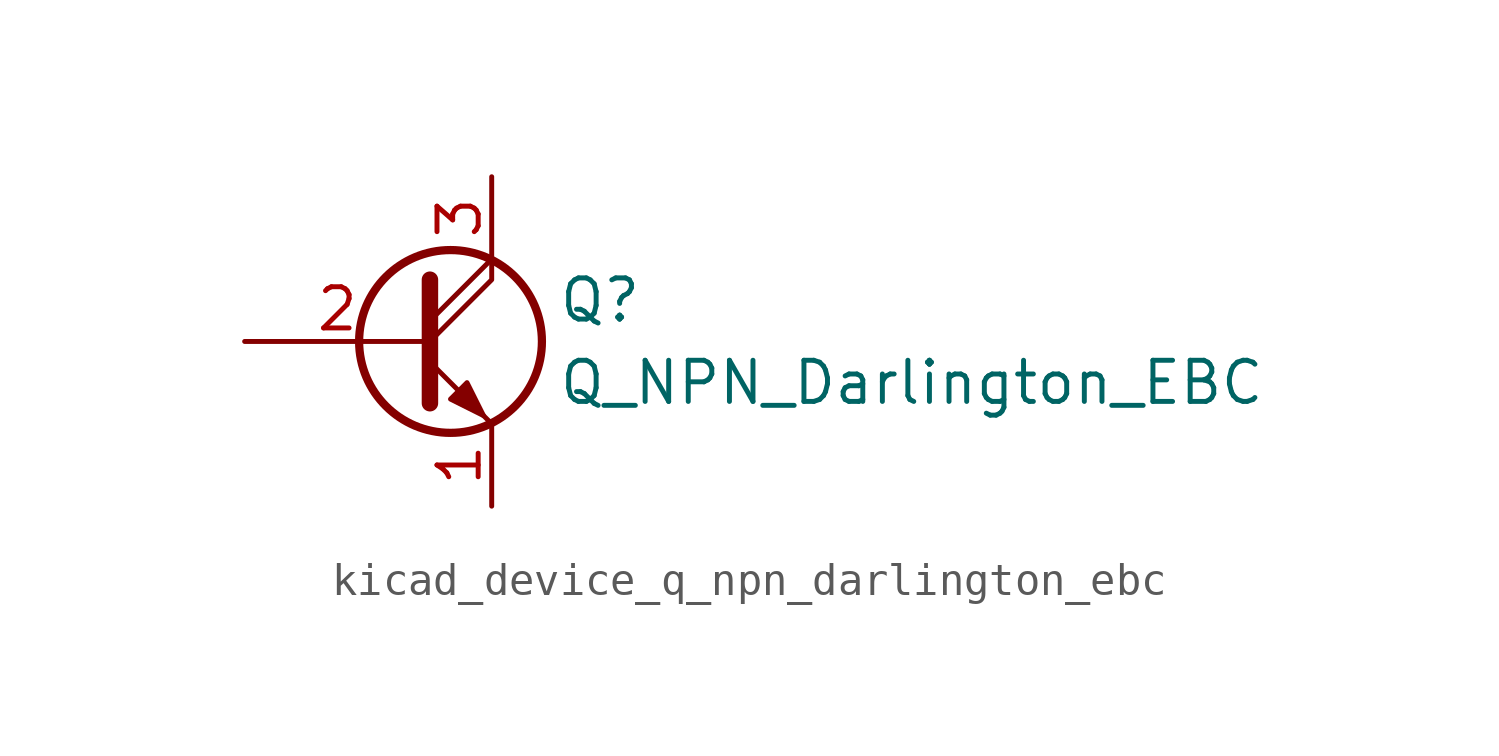
<source format=kicad_sym>
(kicad_symbol_lib
  (version 20220914)
  (generator kicad_symbol_editor)
  (symbol "kicad_device_q_npn_darlington_ebc"
    (pin_names
      (offset 0) hide)
    (property "Reference" "Q"
      (at 4.572 1.27 0)
      (effects (font (size 1.27 1.27)) (justify left)))
    (property "Value" "Q_NPN_Darlington_EBC"
      (at 4.572 -1.27 0)
      (effects (font (size 1.27 1.27)) (justify left)))
    (symbol "kicad_device_q_npn_darlington_ebc_0_1"
      (polyline (pts (xy 0.635 0.635) (xy 2.54 2.54)) (stroke (width 0) (type default)) (fill (type none)))
      (polyline (pts (xy 0.635 -0.635) (xy 2.54 -2.54) (xy 2.54 -2.54)) (stroke (width 0) (type default)) (fill (type none)))
      (polyline (pts (xy 0.635 0) (xy 2.54 1.905) (xy 2.54 2.54)) (stroke (width 0) (type default)) (fill (type none)))
      (polyline (pts (xy 0.635 1.905) (xy 0.635 -1.905) (xy 0.635 -1.905)) (stroke (width 0.508) (type default)) (fill (type none)))
      (polyline (pts (xy 1.27 -1.778) (xy 1.778 -1.27) (xy 2.286 -2.286) (xy 1.27 -1.778) (xy 1.27 -1.778)) (stroke (width 0) (type default)) (fill (type outline)))
      (circle (center 1.27 0) (radius 2.819) (stroke (width 0.254) (type default)) (fill (type none))))
    (symbol "kicad_device_q_npn_darlington_ebc_1_1"
      (pin passive line (at 2.54 -5.08 90) (length 2.54) (name "E" (effects (font (size 1.27 1.27)))) (number "1" (effects (font (size 1.27 1.27)))))
      (pin passive line (at -5.08 0 0) (length 5.715) (name "B" (effects (font (size 1.27 1.27)))) (number "2" (effects (font (size 1.27 1.27)))))
      (pin passive line (at 2.54 5.08 270) (length 2.54) (name "C" (effects (font (size 1.27 1.27)))) (number "3" (effects (font (size 1.27 1.27))))))))
</source>
